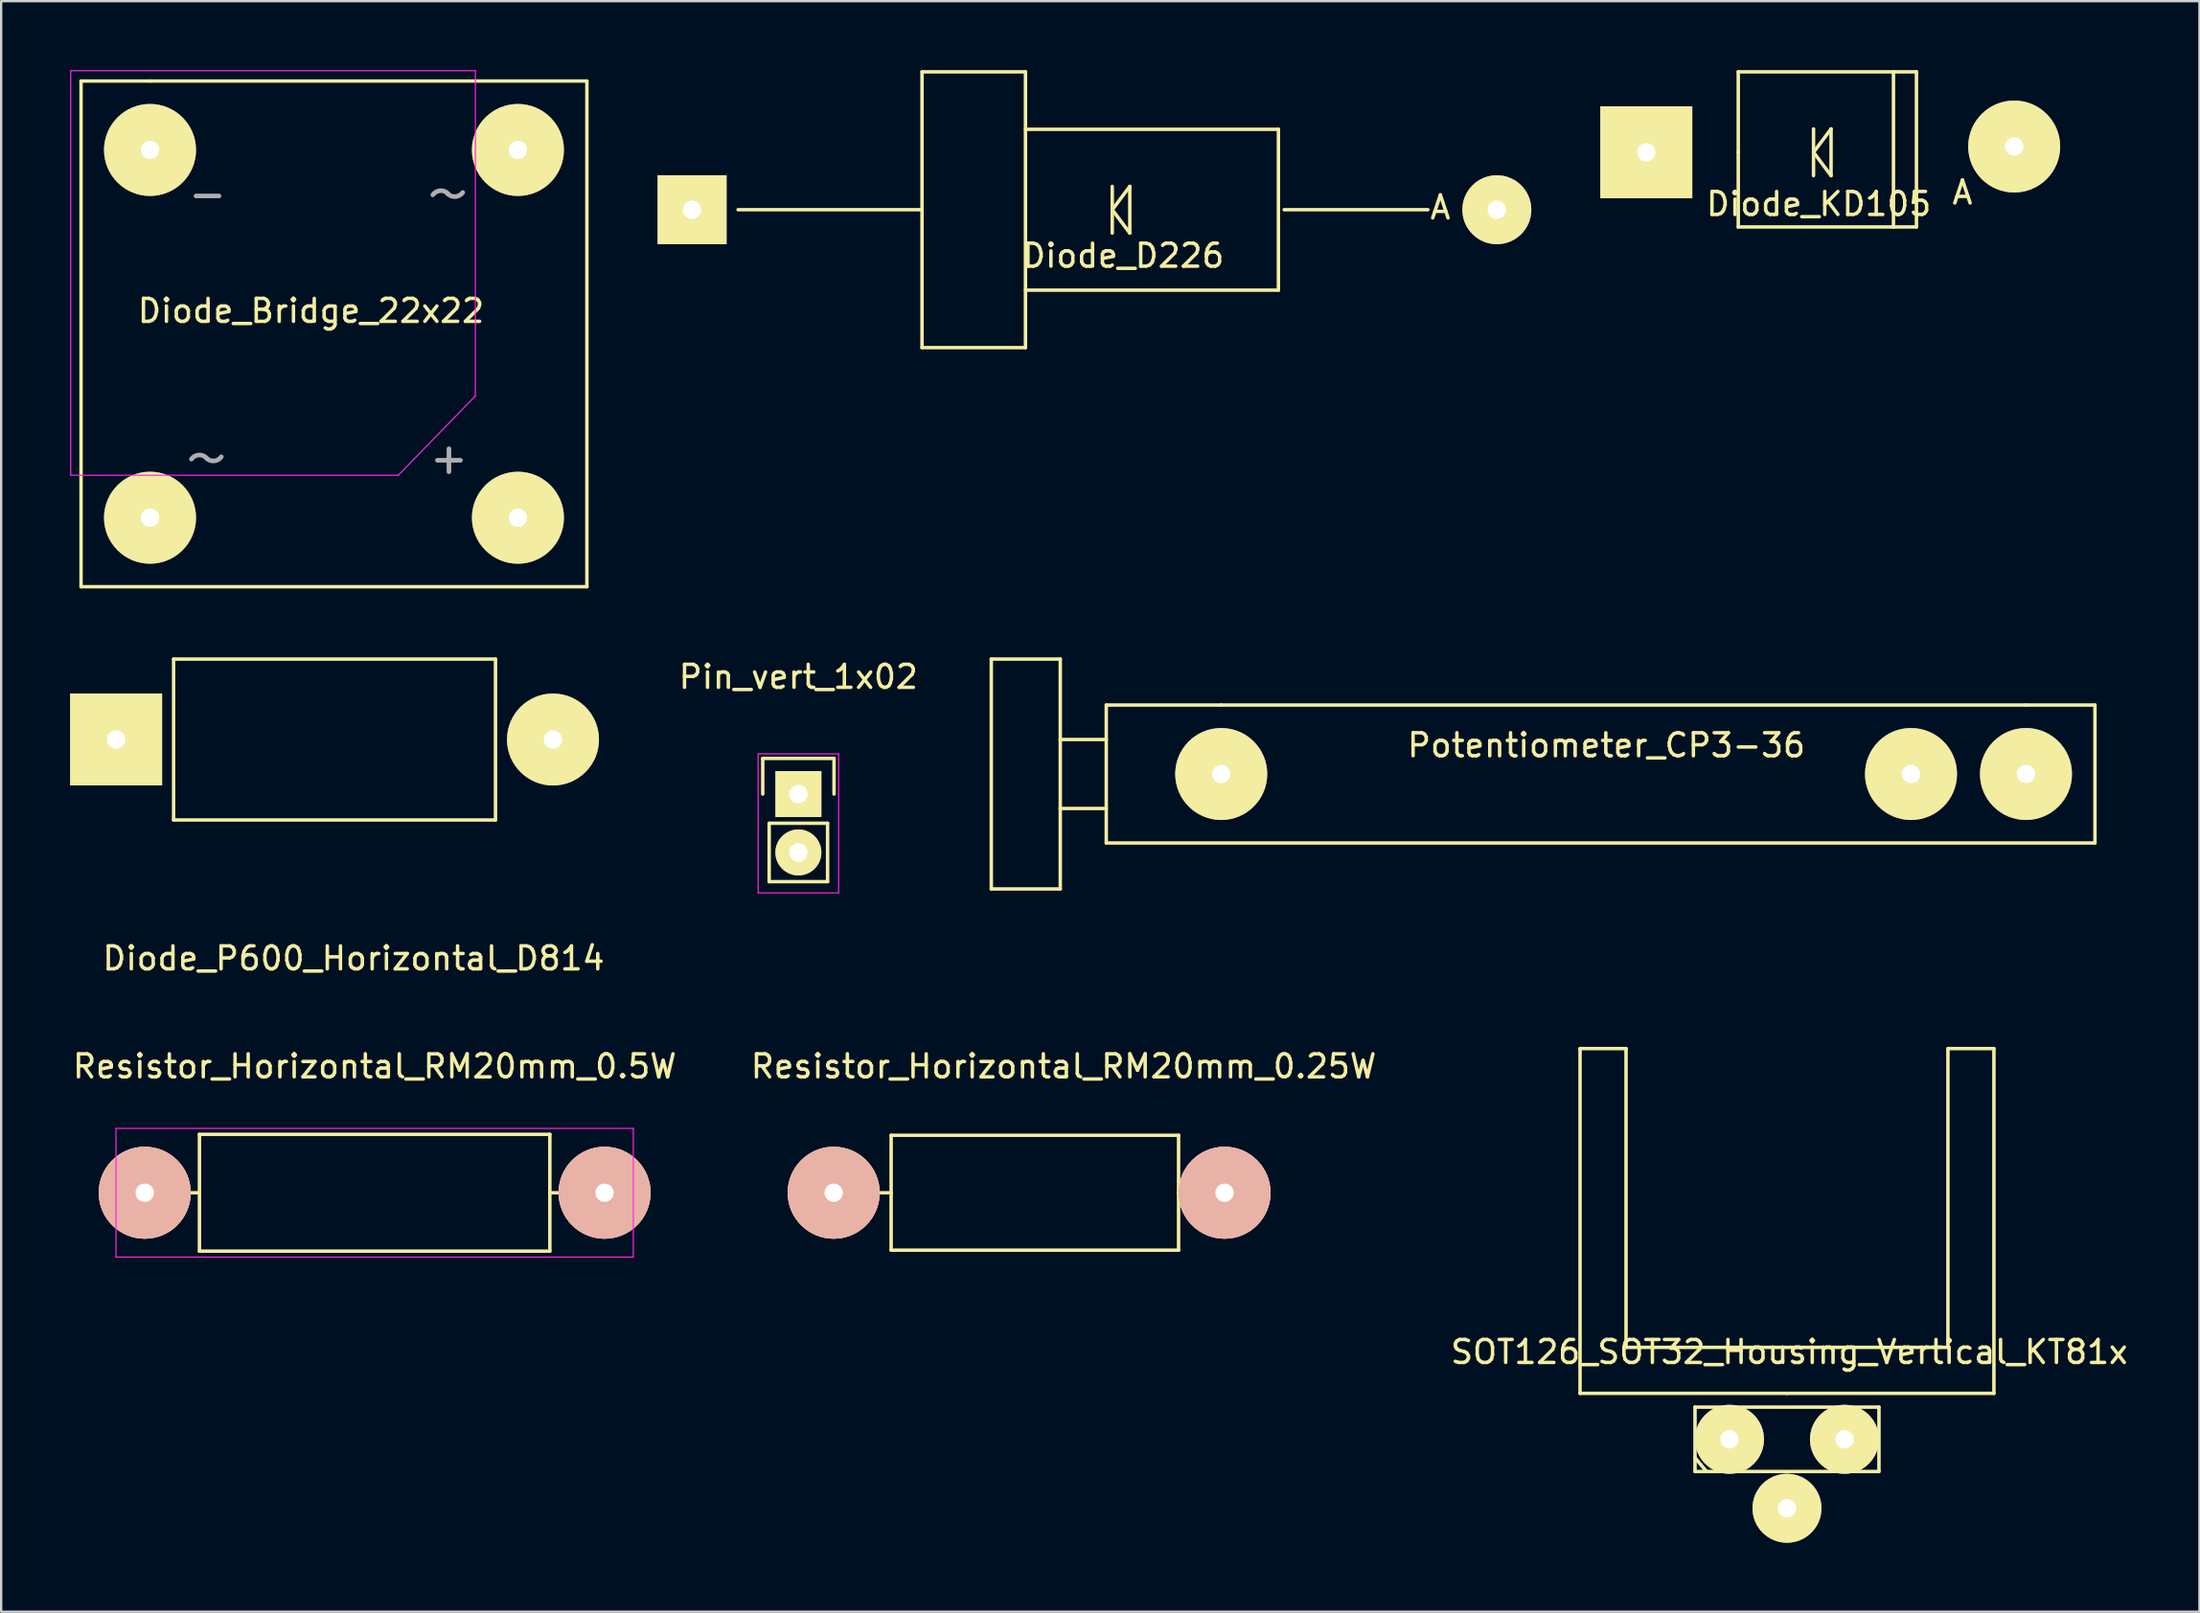
<source format=kicad_pcb>
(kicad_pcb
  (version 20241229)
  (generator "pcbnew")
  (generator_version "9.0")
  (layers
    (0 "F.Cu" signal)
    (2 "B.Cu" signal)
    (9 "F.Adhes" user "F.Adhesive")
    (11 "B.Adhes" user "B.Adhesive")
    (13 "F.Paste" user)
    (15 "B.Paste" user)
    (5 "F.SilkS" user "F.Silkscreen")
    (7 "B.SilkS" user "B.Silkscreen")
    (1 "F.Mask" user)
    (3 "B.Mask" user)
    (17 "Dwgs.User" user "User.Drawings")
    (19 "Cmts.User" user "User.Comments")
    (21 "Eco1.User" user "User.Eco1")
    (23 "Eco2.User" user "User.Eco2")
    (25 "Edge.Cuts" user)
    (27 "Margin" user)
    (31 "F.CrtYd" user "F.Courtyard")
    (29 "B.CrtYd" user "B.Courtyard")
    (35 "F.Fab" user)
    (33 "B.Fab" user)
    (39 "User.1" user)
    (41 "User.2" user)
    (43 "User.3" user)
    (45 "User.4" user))
  (footprint "Pin_vert_1x02"
    (layer "F.Cu")
    (at 31.673 31.498)
    (property "Reference" "Pin_vert_1x02" (at 0 -5.1 0) (layer "F.SilkS") (effects (font (size 1 1) (thickness 0.15))))
    (attr through_hole)
    (fp_line (start -1.55 -1.55) (end 1.55 -1.55) (stroke (width 0.15) (type solid)) (layer "F.SilkS"))
    (fp_line (start -1.55 0) (end -1.55 -1.55) (stroke (width 0.15) (type solid)) (layer "F.SilkS"))
    (fp_line (start -1.27 1.27) (end -1.27 3.81) (stroke (width 0.15) (type solid)) (layer "F.SilkS"))
    (fp_line (start -1.27 3.81) (end 1.27 3.81) (stroke (width 0.15) (type solid)) (layer "F.SilkS"))
    (fp_line (start 1.27 1.27) (end -1.27 1.27) (stroke (width 0.15) (type solid)) (layer "F.SilkS"))
    (fp_line (start 1.27 1.27) (end 1.27 3.81) (stroke (width 0.15) (type solid)) (layer "F.SilkS"))
    (fp_line (start 1.55 -1.55) (end 1.55 0) (stroke (width 0.15) (type solid)) (layer "F.SilkS"))
    (fp_line (start -1.75 -1.75) (end -1.75 4.3) (stroke (width 0.05) (type solid)) (layer "F.CrtYd"))
    (fp_line (start -1.75 -1.75) (end 1.75 -1.75) (stroke (width 0.05) (type solid)) (layer "F.CrtYd"))
    (fp_line (start -1.75 4.3) (end 1.75 4.3) (stroke (width 0.05) (type solid)) (layer "F.CrtYd"))
    (fp_line (start 1.75 -1.75) (end 1.75 4.3) (stroke (width 0.05) (type solid)) (layer "F.CrtYd"))
    (pad "1" thru_hole rect (at 0 0) (size 2 2) (drill 0.8) (layers "*.Cu" "*.Mask" "F.SilkS"))
    (pad "2" thru_hole oval (at 0 2.54) (size 2 2) (drill 0.8) (layers "*.Cu" "*.Mask" "F.SilkS")))
  (footprint "Resistor_Horizontal_RM20mm_0.5W"
    (layer "F.Cu")
    (at 3.244 48.843)
    (property "Reference" "Resistor_Horizontal_RM20mm_0.5W" (at 10 -5.499 0) (layer "F.SilkS") (effects (font (size 1 1) (thickness 0.15))))
    (attr through_hole)
    (fp_line (start 1.27 0) (end 2.38 0) (stroke (width 0.15) (type solid)) (layer "F.SilkS"))
    (fp_line (start 2.38 -2.54) (end 2.38 2.54) (stroke (width 0.15) (type solid)) (layer "F.SilkS"))
    (fp_line (start 2.38 2.54) (end 17.62 2.54) (stroke (width 0.15) (type solid)) (layer "F.SilkS"))
    (fp_line (start 17.62 -2.54) (end 2.38 -2.54) (stroke (width 0.15) (type solid)) (layer "F.SilkS"))
    (fp_line (start 17.62 0) (end 17.62 -2.54) (stroke (width 0.15) (type solid)) (layer "F.SilkS"))
    (fp_line (start 17.62 2.54) (end 17.62 0) (stroke (width 0.15) (type solid)) (layer "F.SilkS"))
    (fp_line (start 18.73 0) (end 17.62 0) (stroke (width 0.15) (type solid)) (layer "F.SilkS"))
    (fp_line (start -1.25 -2.8) (end 21.25 -2.8) (stroke (width 0.05) (type solid)) (layer "F.CrtYd"))
    (fp_line (start -1.25 2.8) (end -1.25 -2.8) (stroke (width 0.05) (type solid)) (layer "F.CrtYd"))
    (fp_line (start 21.25 -2.8) (end 21.25 2.8) (stroke (width 0.05) (type solid)) (layer "F.CrtYd"))
    (fp_line (start 21.25 2.8) (end -1.25 2.8) (stroke (width 0.05) (type solid)) (layer "F.CrtYd"))
    (pad "1" thru_hole circle (at 0 0) (size 4 4) (drill 0.8) (layers "*.Cu" "*.SilkS" "*.Mask"))
    (pad "2" thru_hole circle (at 20 0) (size 4 4) (drill 0.8) (layers "*.Cu" "*.SilkS" "*.Mask")))
  (footprint "Resistor_Horizontal_RM20mm_0.25W"
    (layer "F.Cu")
    (at 33.208 48.843)
    (property "Reference" "Resistor_Horizontal_RM20mm_0.25W" (at 10 -5.499 0) (layer "F.SilkS") (effects (font (size 1 1) (thickness 0.15))))
    (attr through_hole)
    (fp_line (start 1.27 0) (end 2.38 0) (stroke (width 0.15) (type solid)) (layer "F.SilkS"))
    (fp_line (start 2.5 -2.5) (end 15 -2.5) (stroke (width 0.15) (type solid)) (layer "F.SilkS"))
    (fp_line (start 2.5 0) (end 2.5 -2.5) (stroke (width 0.15) (type solid)) (layer "F.SilkS"))
    (fp_line (start 2.5 2.5) (end 2.5 0) (stroke (width 0.15) (type solid)) (layer "F.SilkS"))
    (fp_line (start 15 -2.5) (end 15 2.5) (stroke (width 0.15) (type solid)) (layer "F.SilkS"))
    (fp_line (start 15 0) (end 15.75 0) (stroke (width 0.15) (type solid)) (layer "F.SilkS"))
    (fp_line (start 15 2.5) (end 2.5 2.5) (stroke (width 0.15) (type solid)) (layer "F.SilkS"))
    (pad "1" thru_hole circle (at 0 0) (size 4 4) (drill 0.8) (layers "*.Cu" "*.SilkS" "*.Mask"))
    (pad "2" thru_hole circle (at 17 0) (size 4 4) (drill 0.8) (layers "*.Cu" "*.SilkS" "*.Mask")))
  (footprint "SOT126_SOT32_Housing_Vertical_KT81x"
    (layer "F.Cu")
    (at 74.669 59.571)
    (property "Reference" "SOT126_SOT32_Housing_Vertical_KT81x" (at 0.099 -3.8 0) (layer "F.SilkS") (effects (font (size 1 1) (thickness 0.15))))
    (attr through_hole)
    (fp_line (start -9 -17) (end -7 -17) (stroke (width 0.15) (type solid)) (layer "F.SilkS"))
    (fp_line (start -9 -2) (end -9 -17) (stroke (width 0.15) (type solid)) (layer "F.SilkS"))
    (fp_line (start -7 -17) (end -7 -4) (stroke (width 0.15) (type solid)) (layer "F.SilkS"))
    (fp_line (start -7 -4) (end 7 -4) (stroke (width 0.15) (type solid)) (layer "F.SilkS"))
    (fp_line (start -4 -1.4) (end -4 1.4) (stroke (width 0.15) (type solid)) (layer "F.SilkS"))
    (fp_line (start -4 -1.4) (end 4 -1.4) (stroke (width 0.15) (type solid)) (layer "F.SilkS"))
    (fp_line (start -4 0.8) (end -3.5 1.4) (stroke (width 0.15) (type solid)) (layer "F.SilkS"))
    (fp_line (start -4 1.4) (end 4 1.4) (stroke (width 0.15) (type solid)) (layer "F.SilkS"))
    (fp_line (start 0 -2) (end -9 -2) (stroke (width 0.15) (type solid)) (layer "F.SilkS"))
    (fp_line (start 0 -2) (end 9 -2) (stroke (width 0.15) (type solid)) (layer "F.SilkS"))
    (fp_line (start 4 -1.4) (end 4 1.4) (stroke (width 0.15) (type solid)) (layer "F.SilkS"))
    (fp_line (start 7 -17) (end 7 -4) (stroke (width 0.15) (type solid)) (layer "F.SilkS"))
    (fp_line (start 9 -17) (end 7 -17) (stroke (width 0.15) (type solid)) (layer "F.SilkS"))
    (fp_line (start 9 -2) (end 9 -17) (stroke (width 0.15) (type solid)) (layer "F.SilkS"))
    (pad "1" thru_hole circle (at -2.5 0) (size 3 3) (drill 0.8) (layers "*.Cu" "*.Mask" "F.SilkS"))
    (pad "2" thru_hole circle (at 2.5 0) (size 3 3) (drill 0.8) (layers "*.Cu" "*.Mask" "F.SilkS"))
    (pad "3" thru_hole circle (at 0 3) (size 3 3) (drill 0.8) (layers "*.Cu" "*.Mask" "F.SilkS")))
  (footprint "Potentiometer_CP3-36"
    (layer "F.Cu")
    (at 50.063 30.625)
    (property "Reference" "Potentiometer_CP3-36" (at 16.75 -1.25 0) (layer "F.SilkS") (effects (font (size 1 1) (thickness 0.15))))
    (attr through_hole)
    (fp_line (start -10 -5) (end -10 5) (stroke (width 0.15) (type solid)) (layer "F.SilkS"))
    (fp_line (start -10 5) (end -7 5) (stroke (width 0.15) (type solid)) (layer "F.SilkS"))
    (fp_line (start -7 -5) (end -10 -5) (stroke (width 0.15) (type solid)) (layer "F.SilkS"))
    (fp_line (start -7 -1.5) (end -7 -5) (stroke (width 0.15) (type solid)) (layer "F.SilkS"))
    (fp_line (start -7 -1.5) (end -7 1.5) (stroke (width 0.15) (type solid)) (layer "F.SilkS"))
    (fp_line (start -7 1.5) (end -5 1.5) (stroke (width 0.15) (type solid)) (layer "F.SilkS"))
    (fp_line (start -7 5) (end -7 1.5) (stroke (width 0.15) (type solid)) (layer "F.SilkS"))
    (fp_line (start -5 -3) (end 0 -3) (stroke (width 0.15) (type solid)) (layer "F.SilkS"))
    (fp_line (start -5 -1.5) (end -7 -1.5) (stroke (width 0.15) (type solid)) (layer "F.SilkS"))
    (fp_line (start -5 3) (end -5 -3) (stroke (width 0.15) (type solid)) (layer "F.SilkS"))
    (fp_line (start 0 -3) (end 35 -3) (stroke (width 0.15) (type solid)) (layer "F.SilkS"))
    (fp_line (start 35 -3) (end 38 -3) (stroke (width 0.15) (type solid)) (layer "F.SilkS"))
    (fp_line (start 38 -3) (end 38 3) (stroke (width 0.15) (type solid)) (layer "F.SilkS"))
    (fp_line (start 38 3) (end -5 3) (stroke (width 0.15) (type solid)) (layer "F.SilkS"))
    (pad "1" thru_hole circle (at 0 0) (size 4 4) (drill 0.8) (layers "*.Cu" "*.Mask" "F.SilkS"))
    (pad "2" thru_hole circle (at 35 0) (size 4 4) (drill 0.8) (layers "*.Cu" "*.Mask" "F.SilkS"))
    (pad "3" thru_hole circle (at 30 0) (size 4 4) (drill 0.8) (layers "*.Cu" "*.Mask" "F.SilkS")))
  (footprint "Diode_KD105"
    (layer "F.Cu")
    (at 68.55 3.575)
    (property "Reference" "Diode_KD105" (at 7.5 2.25 0) (layer "F.SilkS") (effects (font (size 1 1) (thickness 0.15))))
    (attr through_hole)
    (fp_line (start 4 -3.5) (end 11.75 -3.5) (stroke (width 0.15) (type solid)) (layer "F.SilkS"))
    (fp_line (start 4 0) (end 4 -3.5) (stroke (width 0.15) (type solid)) (layer "F.SilkS"))
    (fp_line (start 4 3.25) (end 4 0) (stroke (width 0.15) (type solid)) (layer "F.SilkS"))
    (fp_line (start 7.274 -1.016) (end 7.274 1.016) (stroke (width 0.15) (type solid)) (layer "F.SilkS"))
    (fp_line (start 7.274 0) (end 8.036 -1.016) (stroke (width 0.15) (type solid)) (layer "F.SilkS"))
    (fp_line (start 7.274 0) (end 8.036 1.016) (stroke (width 0.15) (type solid)) (layer "F.SilkS"))
    (fp_line (start 8.036 -1.016) (end 8.036 1.016) (stroke (width 0.15) (type solid)) (layer "F.SilkS"))
    (fp_line (start 10.75 -3.5) (end 10.75 3.25) (stroke (width 0.15) (type solid)) (layer "F.SilkS"))
    (fp_line (start 11.75 -3.5) (end 11.75 3.25) (stroke (width 0.15) (type solid)) (layer "F.SilkS"))
    (fp_line (start 11.75 3.25) (end 4 3.25) (stroke (width 0.15) (type solid)) (layer "F.SilkS"))
    (fp_text user "A" (at 13.75 1.75 0) (layer "F.SilkS") (effects (font (size 1 1) (thickness 0.15))))
    (pad "1" thru_hole rect (at 0 0) (size 4 4) (drill 0.8) (layers "*.Cu" "*.Mask" "F.SilkS"))
    (pad "2" thru_hole circle (at 16 -0.25) (size 4 4) (drill 0.8) (layers "*.Cu" "*.Mask" "F.SilkS")))
  (footprint "Diode_D226"
    (layer "F.Cu")
    (at 27.05 6.075)
    (property "Reference" "Diode_D226" (at 18.75 2 0) (layer "F.SilkS") (effects (font (size 1 1) (thickness 0.15))))
    (attr through_hole)
    (fp_line (start 10 -6) (end 14.5 -6) (stroke (width 0.15) (type solid)) (layer "F.SilkS"))
    (fp_line (start 10 0) (end 2 0) (stroke (width 0.15) (type solid)) (layer "F.SilkS"))
    (fp_line (start 10 0) (end 10 -6) (stroke (width 0.15) (type solid)) (layer "F.SilkS"))
    (fp_line (start 10 6) (end 10 0) (stroke (width 0.15) (type solid)) (layer "F.SilkS"))
    (fp_line (start 14.5 -6) (end 14.5 6) (stroke (width 0.15) (type solid)) (layer "F.SilkS"))
    (fp_line (start 14.5 -3.5) (end 25.5 -3.5) (stroke (width 0.15) (type solid)) (layer "F.SilkS"))
    (fp_line (start 14.5 6) (end 10 6) (stroke (width 0.15) (type solid)) (layer "F.SilkS"))
    (fp_line (start 18.274 -1.016) (end 18.274 1.016) (stroke (width 0.15) (type solid)) (layer "F.SilkS"))
    (fp_line (start 18.274 0) (end 19.036 -1.016) (stroke (width 0.15) (type solid)) (layer "F.SilkS"))
    (fp_line (start 18.274 0) (end 19.036 1.016) (stroke (width 0.15) (type solid)) (layer "F.SilkS"))
    (fp_line (start 19.036 -1.016) (end 19.036 1.016) (stroke (width 0.15) (type solid)) (layer "F.SilkS"))
    (fp_line (start 25.5 -3.5) (end 25.5 3.5) (stroke (width 0.15) (type solid)) (layer "F.SilkS"))
    (fp_line (start 25.5 3.5) (end 14.5 3.5) (stroke (width 0.15) (type solid)) (layer "F.SilkS"))
    (fp_line (start 25.75 0) (end 32 0) (stroke (width 0.15) (type solid)) (layer "F.SilkS"))
    (fp_text user "A" (at 32.544 -0.099 0) (layer "F.SilkS") (effects (font (size 1 1) (thickness 0.15))))
    (pad "1" thru_hole rect (at 0 0) (size 3 3) (drill 0.8) (layers "*.Cu" "*.Mask" "F.SilkS"))
    (pad "2" thru_hole circle (at 35 0) (size 3 3) (drill 0.8) (layers "*.Cu" "*.Mask" "F.SilkS")))
  (footprint "Diode_Bridge_22x22"
    (layer "F.Cu")
    (at 3.475 3.475)
    (property "Reference" "Diode_Bridge_22x22" (at 7 7 0) (layer "F.SilkS") (effects (font (size 1 1) (thickness 0.15))))
    (attr through_hole)
    (fp_line (start -3 -3) (end 0 -3) (stroke (width 0.15) (type solid)) (layer "F.SilkS"))
    (fp_line (start -3 19) (end -3 -3) (stroke (width 0.15) (type solid)) (layer "F.SilkS"))
    (fp_line (start 0 -3) (end 19 -3) (stroke (width 0.15) (type solid)) (layer "F.SilkS"))
    (fp_line (start 19 -3) (end 19 19) (stroke (width 0.15) (type solid)) (layer "F.SilkS"))
    (fp_line (start 19 19) (end -3 19) (stroke (width 0.15) (type solid)) (layer "F.SilkS"))
    (fp_line (start -3.45 -3.45) (end 14.15 -3.45) (stroke (width 0.05) (type solid)) (layer "F.CrtYd"))
    (fp_line (start -3.45 14.15) (end -3.45 -3.45) (stroke (width 0.05) (type solid)) (layer "F.CrtYd"))
    (fp_line (start 10.8 14.15) (end -3.45 14.15) (stroke (width 0.05) (type solid)) (layer "F.CrtYd"))
    (fp_line (start 14.15 -3.45) (end 14.15 10.7) (stroke (width 0.05) (type solid)) (layer "F.CrtYd"))
    (fp_line (start 14.15 10.7) (end 10.8 14.15) (stroke (width 0.05) (type solid)) (layer "F.CrtYd"))
    (fp_line (start 2 2) (end 3 2) (stroke (width 0.2) (type solid)) (layer "F.Fab"))
    (fp_line (start 12.5 13.5) (end 13.5 13.5) (stroke (width 0.2) (type solid)) (layer "F.Fab"))
    (fp_line (start 13 13) (end 13 14) (stroke (width 0.2) (type solid)) (layer "F.Fab"))
    (fp_arc (start 1.8 13.45) (mid 2.116535 13.271188) (end 2.456979 13.398729) (stroke (width 0.2) (type solid)) (layer "F.Fab"))
    (fp_arc (start 3.1 13.35) (mid 2.783465 13.528812) (end 2.443021 13.401271) (stroke (width 0.2) (type solid)) (layer "F.Fab"))
    (fp_arc (start 12.3 1.95) (mid 12.616535 1.771188) (end 12.956979 1.898729) (stroke (width 0.2) (type solid)) (layer "F.Fab"))
    (fp_arc (start 13.6 1.85) (mid 13.283465 2.028812) (end 12.943021 1.901271) (stroke (width 0.2) (type solid)) (layer "F.Fab"))
    (pad "1" thru_hole circle (at 0 0) (size 4 4) (drill 0.8) (layers "*.Cu" "*.Mask" "F.SilkS"))
    (pad "2" thru_hole circle (at 0 16) (size 4 4) (drill 0.8) (layers "*.Cu" "*.Mask" "F.SilkS"))
    (pad "3" thru_hole circle (at 16 16) (size 4 4) (drill 0.8) (layers "*.Cu" "*.Mask" "F.SilkS"))
    (pad "4" thru_hole circle (at 16 0) (size 4 4) (drill 0.8) (layers "*.Cu" "*.Mask" "F.SilkS")))
  (footprint "Diode_P600_Horizontal_D814"
    (layer "F.Cu")
    (at 2 29.125)
    (property "Reference" "Diode_P600_Horizontal_D814" (at 10.328 9.522 0) (layer "F.SilkS") (effects (font (size 1 1) (thickness 0.15))))
    (attr through_hole)
    (fp_line (start 2.5 -3.5) (end 16.5 -3.5) (stroke (width 0.15) (type solid)) (layer "F.SilkS"))
    (fp_line (start 2.5 3.5) (end 2.5 -3.5) (stroke (width 0.15) (type solid)) (layer "F.SilkS"))
    (fp_line (start 16.5 -3.5) (end 16.5 3.5) (stroke (width 0.15) (type solid)) (layer "F.SilkS"))
    (fp_line (start 16.5 3.5) (end 2.5 3.5) (stroke (width 0.15) (type solid)) (layer "F.SilkS"))
    (pad "1" thru_hole rect (at 0 -0.003 180) (size 4 4) (drill 0.8) (layers "*.Cu" "*.Mask" "F.SilkS"))
    (pad "2" thru_hole circle (at 19 0 180) (size 4 4) (drill 0.8) (layers "*.Cu" "*.Mask" "F.SilkS")))
  (gr_rect
    (start -3 -3)
    (end 92.607 67.071)
    (stroke (width 0.1) (type default))
    (fill no)
    (layer "Edge.Cuts")))
</source>
